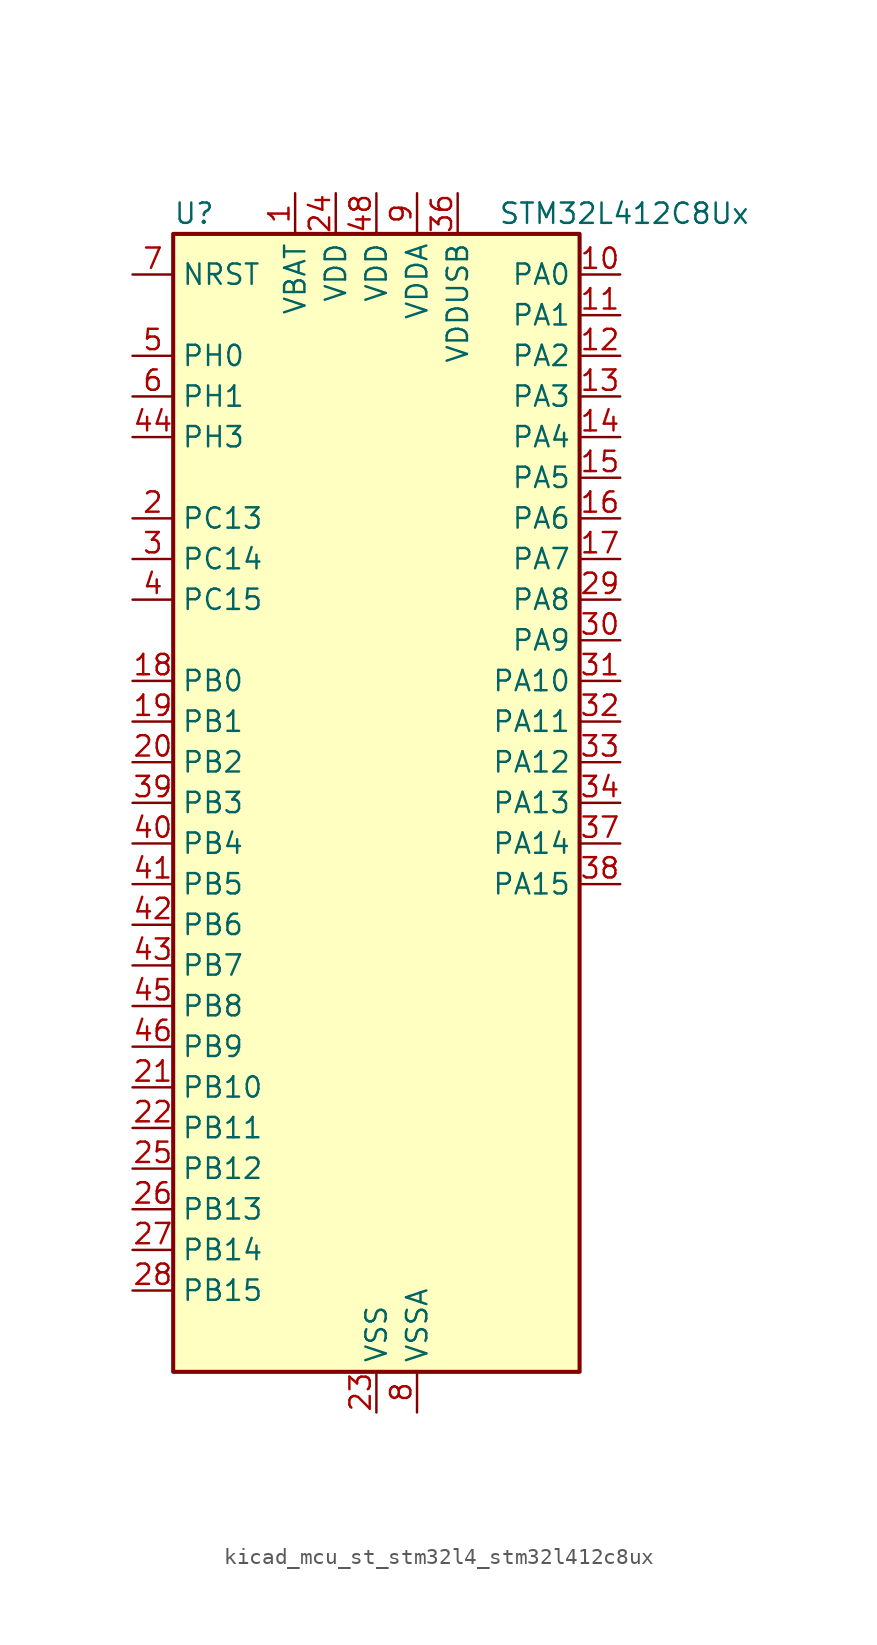
<source format=kicad_sym>
(kicad_symbol_lib
  (version 20220914)
  (generator kicad_symbol_editor)
  (symbol "kicad_mcu_st_stm32l4_stm32l412c8ux"
    (property "Reference" "U"
      (at -12.7 36.83 0)
      (effects (font (size 1.27 1.27)) (justify left)))
    (property "Value" "STM32L412C8Ux"
      (at 7.62 36.83 0)
      (effects (font (size 1.27 1.27)) (justify left)))
    (property "ki_locked" ""
      (at 0 0 0)
      (effects (font (size 1.27 1.27))))
    (symbol "kicad_mcu_st_stm32l4_stm32l412c8ux_0_1"
      (rectangle (start -12.7 -35.56) (end 12.7 35.56) (stroke (width 0.254) (type default)) (fill (type background))))
    (symbol "kicad_mcu_st_stm32l4_stm32l412c8ux_1_1"
      (pin power_in line (at -5.08 38.1 270) (length 2.54) (name "VBAT" (effects (font (size 1.27 1.27)))) (number "1" (effects (font (size 1.27 1.27)))))
      (pin bidirectional line (at 15.24 33.02 180) (length 2.54) (name "PA0" (effects (font (size 1.27 1.27)))) (number "10" (effects (font (size 1.27 1.27)))) (alternate "ADC1_IN5" bidirectional line) (alternate "COMP1_INM" bidirectional line) (alternate "COMP1_OUT" bidirectional line) (alternate "OPAMP1_VINP" bidirectional line) (alternate "RTC_TAMP2" bidirectional line) (alternate "SYS_WKUP1" bidirectional line) (alternate "TIM2_CH1" bidirectional line) (alternate "TIM2_ETR" bidirectional line) (alternate "USART2_CTS" bidirectional line))
      (pin bidirectional line (at 15.24 30.48 180) (length 2.54) (name "PA1" (effects (font (size 1.27 1.27)))) (number "11" (effects (font (size 1.27 1.27)))) (alternate "ADC1_IN6" bidirectional line) (alternate "COMP1_INP" bidirectional line) (alternate "I2C1_SMBA" bidirectional line) (alternate "OPAMP1_VINM" bidirectional line) (alternate "SPI1_SCK" bidirectional line) (alternate "TIM15_CH1N" bidirectional line) (alternate "TIM2_CH2" bidirectional line) (alternate "USART2_DE" bidirectional line) (alternate "USART2_RTS" bidirectional line))
      (pin bidirectional line (at 15.24 27.94 180) (length 2.54) (name "PA2" (effects (font (size 1.27 1.27)))) (number "12" (effects (font (size 1.27 1.27)))) (alternate "ADC1_IN7" bidirectional line) (alternate "ADC2_IN7" bidirectional line) (alternate "LPUART1_TX" bidirectional line) (alternate "QUADSPI_BK1_NCS" bidirectional line) (alternate "RCC_LSCO" bidirectional line) (alternate "SYS_WKUP4" bidirectional line) (alternate "TIM15_CH1" bidirectional line) (alternate "TIM2_CH3" bidirectional line) (alternate "USART2_TX" bidirectional line))
      (pin bidirectional line (at 15.24 25.4 180) (length 2.54) (name "PA3" (effects (font (size 1.27 1.27)))) (number "13" (effects (font (size 1.27 1.27)))) (alternate "ADC1_IN8" bidirectional line) (alternate "ADC2_IN8" bidirectional line) (alternate "LPUART1_RX" bidirectional line) (alternate "OPAMP1_VOUT" bidirectional line) (alternate "QUADSPI_CLK" bidirectional line) (alternate "TIM15_CH2" bidirectional line) (alternate "TIM2_CH4" bidirectional line) (alternate "USART2_RX" bidirectional line))
      (pin bidirectional line (at 15.24 22.86 180) (length 2.54) (name "PA4" (effects (font (size 1.27 1.27)))) (number "14" (effects (font (size 1.27 1.27)))) (alternate "ADC1_IN9" bidirectional line) (alternate "ADC2_IN9" bidirectional line) (alternate "COMP1_INM" bidirectional line) (alternate "LPTIM2_OUT" bidirectional line) (alternate "SPI1_NSS" bidirectional line) (alternate "USART2_CK" bidirectional line))
      (pin bidirectional line (at 15.24 20.32 180) (length 2.54) (name "PA5" (effects (font (size 1.27 1.27)))) (number "15" (effects (font (size 1.27 1.27)))) (alternate "ADC1_IN10" bidirectional line) (alternate "ADC2_IN10" bidirectional line) (alternate "COMP1_INM" bidirectional line) (alternate "LPTIM2_ETR" bidirectional line) (alternate "SPI1_SCK" bidirectional line) (alternate "TIM2_CH1" bidirectional line) (alternate "TIM2_ETR" bidirectional line))
      (pin bidirectional line (at 15.24 17.78 180) (length 2.54) (name "PA6" (effects (font (size 1.27 1.27)))) (number "16" (effects (font (size 1.27 1.27)))) (alternate "ADC1_IN11" bidirectional line) (alternate "ADC2_IN11" bidirectional line) (alternate "COMP1_OUT" bidirectional line) (alternate "LPUART1_CTS" bidirectional line) (alternate "QUADSPI_BK1_IO3" bidirectional line) (alternate "SPI1_MISO" bidirectional line) (alternate "TIM16_CH1" bidirectional line) (alternate "TIM1_BKIN" bidirectional line) (alternate "USART3_CTS" bidirectional line))
      (pin bidirectional line (at 15.24 15.24 180) (length 2.54) (name "PA7" (effects (font (size 1.27 1.27)))) (number "17" (effects (font (size 1.27 1.27)))) (alternate "ADC1_IN12" bidirectional line) (alternate "ADC2_IN12" bidirectional line) (alternate "I2C3_SCL" bidirectional line) (alternate "QUADSPI_BK1_IO2" bidirectional line) (alternate "SPI1_MOSI" bidirectional line) (alternate "TIM1_CH1N" bidirectional line))
      (pin bidirectional line (at -15.24 7.62 0) (length 2.54) (name "PB0" (effects (font (size 1.27 1.27)))) (number "18" (effects (font (size 1.27 1.27)))) (alternate "ADC1_IN15" bidirectional line) (alternate "ADC2_IN15" bidirectional line) (alternate "COMP1_OUT" bidirectional line) (alternate "QUADSPI_BK1_IO1" bidirectional line) (alternate "SPI1_NSS" bidirectional line) (alternate "SYS_TRACED0" bidirectional line) (alternate "TIM1_CH2N" bidirectional line) (alternate "USART3_CK" bidirectional line))
      (pin bidirectional line (at -15.24 5.08 0) (length 2.54) (name "PB1" (effects (font (size 1.27 1.27)))) (number "19" (effects (font (size 1.27 1.27)))) (alternate "ADC1_IN16" bidirectional line) (alternate "ADC2_IN16" bidirectional line) (alternate "COMP1_INM" bidirectional line) (alternate "LPTIM2_IN1" bidirectional line) (alternate "LPUART1_DE" bidirectional line) (alternate "LPUART1_RTS" bidirectional line) (alternate "QUADSPI_BK1_IO0" bidirectional line) (alternate "SYS_TRACED1" bidirectional line) (alternate "TIM1_CH3N" bidirectional line) (alternate "USART3_DE" bidirectional line) (alternate "USART3_RTS" bidirectional line))
      (pin bidirectional line (at -15.24 17.78 0) (length 2.54) (name "PC13" (effects (font (size 1.27 1.27)))) (number "2" (effects (font (size 1.27 1.27)))) (alternate "RTC_OUT_ALARM" bidirectional line) (alternate "RTC_OUT_CALIB" bidirectional line) (alternate "RTC_TAMP1" bidirectional line) (alternate "RTC_TS" bidirectional line) (alternate "SYS_WKUP2" bidirectional line))
      (pin bidirectional line (at -15.24 2.54 0) (length 2.54) (name "PB2" (effects (font (size 1.27 1.27)))) (number "20" (effects (font (size 1.27 1.27)))) (alternate "COMP1_INP" bidirectional line) (alternate "I2C3_SMBA" bidirectional line) (alternate "LPTIM1_OUT" bidirectional line) (alternate "RTC_OUT_ALARM" bidirectional line) (alternate "RTC_OUT_CALIB" bidirectional line))
      (pin bidirectional line (at -15.24 -17.78 0) (length 2.54) (name "PB10" (effects (font (size 1.27 1.27)))) (number "21" (effects (font (size 1.27 1.27)))) (alternate "COMP1_OUT" bidirectional line) (alternate "I2C2_SCL" bidirectional line) (alternate "LPUART1_RX" bidirectional line) (alternate "QUADSPI_CLK" bidirectional line) (alternate "SPI2_SCK" bidirectional line) (alternate "TIM2_CH3" bidirectional line) (alternate "TSC_SYNC" bidirectional line) (alternate "USART3_TX" bidirectional line))
      (pin bidirectional line (at -15.24 -20.32 0) (length 2.54) (name "PB11" (effects (font (size 1.27 1.27)))) (number "22" (effects (font (size 1.27 1.27)))) (alternate "ADC1_EXTI11" bidirectional line) (alternate "ADC2_EXTI11" bidirectional line) (alternate "I2C2_SDA" bidirectional line) (alternate "LPUART1_TX" bidirectional line) (alternate "QUADSPI_BK1_NCS" bidirectional line) (alternate "TIM2_CH4" bidirectional line) (alternate "USART3_RX" bidirectional line))
      (pin power_in line (at 0 -38.1 90) (length 2.54) (name "VSS" (effects (font (size 1.27 1.27)))) (number "23" (effects (font (size 1.27 1.27)))))
      (pin power_in line (at -2.54 38.1 270) (length 2.54) (name "VDD" (effects (font (size 1.27 1.27)))) (number "24" (effects (font (size 1.27 1.27)))))
      (pin bidirectional line (at -15.24 -22.86 0) (length 2.54) (name "PB12" (effects (font (size 1.27 1.27)))) (number "25" (effects (font (size 1.27 1.27)))) (alternate "I2C2_SMBA" bidirectional line) (alternate "LPUART1_DE" bidirectional line) (alternate "LPUART1_RTS" bidirectional line) (alternate "SPI2_NSS" bidirectional line) (alternate "TIM15_BKIN" bidirectional line) (alternate "TIM1_BKIN" bidirectional line) (alternate "TSC_G1_IO1" bidirectional line) (alternate "USART3_CK" bidirectional line))
      (pin bidirectional line (at -15.24 -25.4 0) (length 2.54) (name "PB13" (effects (font (size 1.27 1.27)))) (number "26" (effects (font (size 1.27 1.27)))) (alternate "I2C2_SCL" bidirectional line) (alternate "LPUART1_CTS" bidirectional line) (alternate "SPI2_SCK" bidirectional line) (alternate "TIM15_CH1N" bidirectional line) (alternate "TIM1_CH1N" bidirectional line) (alternate "TSC_G1_IO2" bidirectional line) (alternate "USART3_CTS" bidirectional line))
      (pin bidirectional line (at -15.24 -27.94 0) (length 2.54) (name "PB14" (effects (font (size 1.27 1.27)))) (number "27" (effects (font (size 1.27 1.27)))) (alternate "I2C2_SDA" bidirectional line) (alternate "SPI2_MISO" bidirectional line) (alternate "TIM15_CH1" bidirectional line) (alternate "TIM1_CH2N" bidirectional line) (alternate "TSC_G1_IO3" bidirectional line) (alternate "USART3_DE" bidirectional line) (alternate "USART3_RTS" bidirectional line))
      (pin bidirectional line (at -15.24 -30.48 0) (length 2.54) (name "PB15" (effects (font (size 1.27 1.27)))) (number "28" (effects (font (size 1.27 1.27)))) (alternate "ADC1_EXTI15" bidirectional line) (alternate "ADC2_EXTI15" bidirectional line) (alternate "RTC_REFIN" bidirectional line) (alternate "SPI2_MOSI" bidirectional line) (alternate "TIM15_CH2" bidirectional line) (alternate "TIM1_CH3N" bidirectional line) (alternate "TSC_G1_IO4" bidirectional line))
      (pin bidirectional line (at 15.24 12.7 180) (length 2.54) (name "PA8" (effects (font (size 1.27 1.27)))) (number "29" (effects (font (size 1.27 1.27)))) (alternate "LPTIM2_OUT" bidirectional line) (alternate "RCC_MCO" bidirectional line) (alternate "TIM1_CH1" bidirectional line) (alternate "USART1_CK" bidirectional line))
      (pin bidirectional line (at -15.24 15.24 0) (length 2.54) (name "PC14" (effects (font (size 1.27 1.27)))) (number "3" (effects (font (size 1.27 1.27)))) (alternate "RCC_OSC32_IN" bidirectional line))
      (pin bidirectional line (at 15.24 10.16 180) (length 2.54) (name "PA9" (effects (font (size 1.27 1.27)))) (number "30" (effects (font (size 1.27 1.27)))) (alternate "I2C1_SCL" bidirectional line) (alternate "TIM15_BKIN" bidirectional line) (alternate "TIM1_CH2" bidirectional line) (alternate "USART1_TX" bidirectional line))
      (pin bidirectional line (at 15.24 7.62 180) (length 2.54) (name "PA10" (effects (font (size 1.27 1.27)))) (number "31" (effects (font (size 1.27 1.27)))) (alternate "CRS_SYNC" bidirectional line) (alternate "I2C1_SDA" bidirectional line) (alternate "TIM1_CH3" bidirectional line) (alternate "USART1_RX" bidirectional line))
      (pin bidirectional line (at 15.24 5.08 180) (length 2.54) (name "PA11" (effects (font (size 1.27 1.27)))) (number "32" (effects (font (size 1.27 1.27)))) (alternate "ADC1_EXTI11" bidirectional line) (alternate "ADC2_EXTI11" bidirectional line) (alternate "COMP1_OUT" bidirectional line) (alternate "SPI1_MISO" bidirectional line) (alternate "TIM1_BKIN2" bidirectional line) (alternate "TIM1_BKIN2_COMP1" bidirectional line) (alternate "TIM1_CH4" bidirectional line) (alternate "USART1_CTS" bidirectional line) (alternate "USB_DM" bidirectional line))
      (pin bidirectional line (at 15.24 2.54 180) (length 2.54) (name "PA12" (effects (font (size 1.27 1.27)))) (number "33" (effects (font (size 1.27 1.27)))) (alternate "SPI1_MOSI" bidirectional line) (alternate "TIM1_ETR" bidirectional line) (alternate "USART1_DE" bidirectional line) (alternate "USART1_RTS" bidirectional line) (alternate "USB_DP" bidirectional line))
      (pin bidirectional line (at 15.24 0 180) (length 2.54) (name "PA13" (effects (font (size 1.27 1.27)))) (number "34" (effects (font (size 1.27 1.27)))) (alternate "IR_OUT" bidirectional line) (alternate "SYS_JTMS-SWDIO" bidirectional line) (alternate "USB_NOE" bidirectional line))
      (pin passive line (at 0 -38.1 90) (length 2.54) hide (name "VSS" (effects (font (size 1.27 1.27)))) (number "35" (effects (font (size 1.27 1.27)))))
      (pin power_in line (at 5.08 38.1 270) (length 2.54) (name "VDDUSB" (effects (font (size 1.27 1.27)))) (number "36" (effects (font (size 1.27 1.27)))))
      (pin bidirectional line (at 15.24 -2.54 180) (length 2.54) (name "PA14" (effects (font (size 1.27 1.27)))) (number "37" (effects (font (size 1.27 1.27)))) (alternate "I2C1_SMBA" bidirectional line) (alternate "LPTIM1_OUT" bidirectional line) (alternate "SYS_JTCK-SWCLK" bidirectional line))
      (pin bidirectional line (at 15.24 -5.08 180) (length 2.54) (name "PA15" (effects (font (size 1.27 1.27)))) (number "38" (effects (font (size 1.27 1.27)))) (alternate "ADC1_EXTI15" bidirectional line) (alternate "ADC2_EXTI15" bidirectional line) (alternate "SPI1_NSS" bidirectional line) (alternate "SYS_JTDI" bidirectional line) (alternate "TIM2_CH1" bidirectional line) (alternate "TIM2_ETR" bidirectional line) (alternate "USART2_RX" bidirectional line) (alternate "USART3_DE" bidirectional line) (alternate "USART3_RTS" bidirectional line))
      (pin bidirectional line (at -15.24 0 0) (length 2.54) (name "PB3" (effects (font (size 1.27 1.27)))) (number "39" (effects (font (size 1.27 1.27)))) (alternate "SPI1_SCK" bidirectional line) (alternate "SYS_JTDO-SWO" bidirectional line) (alternate "TIM2_CH2" bidirectional line) (alternate "USART1_DE" bidirectional line) (alternate "USART1_RTS" bidirectional line))
      (pin bidirectional line (at -15.24 12.7 0) (length 2.54) (name "PC15" (effects (font (size 1.27 1.27)))) (number "4" (effects (font (size 1.27 1.27)))) (alternate "ADC1_EXTI15" bidirectional line) (alternate "ADC2_EXTI15" bidirectional line) (alternate "RCC_OSC32_OUT" bidirectional line))
      (pin bidirectional line (at -15.24 -2.54 0) (length 2.54) (name "PB4" (effects (font (size 1.27 1.27)))) (number "40" (effects (font (size 1.27 1.27)))) (alternate "I2C3_SDA" bidirectional line) (alternate "SPI1_MISO" bidirectional line) (alternate "SYS_JTRST" bidirectional line) (alternate "TSC_G2_IO1" bidirectional line) (alternate "USART1_CTS" bidirectional line))
      (pin bidirectional line (at -15.24 -5.08 0) (length 2.54) (name "PB5" (effects (font (size 1.27 1.27)))) (number "41" (effects (font (size 1.27 1.27)))) (alternate "I2C1_SMBA" bidirectional line) (alternate "LPTIM1_IN1" bidirectional line) (alternate "SPI1_MOSI" bidirectional line) (alternate "SYS_TRACED2" bidirectional line) (alternate "TIM16_BKIN" bidirectional line) (alternate "TSC_G2_IO2" bidirectional line) (alternate "USART1_CK" bidirectional line))
      (pin bidirectional line (at -15.24 -7.62 0) (length 2.54) (name "PB6" (effects (font (size 1.27 1.27)))) (number "42" (effects (font (size 1.27 1.27)))) (alternate "I2C1_SCL" bidirectional line) (alternate "LPTIM1_ETR" bidirectional line) (alternate "SYS_TRACED3" bidirectional line) (alternate "TIM16_CH1N" bidirectional line) (alternate "TSC_G2_IO3" bidirectional line) (alternate "USART1_TX" bidirectional line))
      (pin bidirectional line (at -15.24 -10.16 0) (length 2.54) (name "PB7" (effects (font (size 1.27 1.27)))) (number "43" (effects (font (size 1.27 1.27)))) (alternate "I2C1_SDA" bidirectional line) (alternate "LPTIM1_IN2" bidirectional line) (alternate "SYS_PVD_IN" bidirectional line) (alternate "SYS_TRACECLK" bidirectional line) (alternate "TSC_G2_IO4" bidirectional line) (alternate "USART1_RX" bidirectional line))
      (pin bidirectional line (at -15.24 22.86 0) (length 2.54) (name "PH3" (effects (font (size 1.27 1.27)))) (number "44" (effects (font (size 1.27 1.27)))))
      (pin bidirectional line (at -15.24 -12.7 0) (length 2.54) (name "PB8" (effects (font (size 1.27 1.27)))) (number "45" (effects (font (size 1.27 1.27)))) (alternate "I2C1_SCL" bidirectional line) (alternate "TIM16_CH1" bidirectional line))
      (pin bidirectional line (at -15.24 -15.24 0) (length 2.54) (name "PB9" (effects (font (size 1.27 1.27)))) (number "46" (effects (font (size 1.27 1.27)))) (alternate "I2C1_SDA" bidirectional line) (alternate "IR_OUT" bidirectional line) (alternate "SPI2_NSS" bidirectional line))
      (pin passive line (at 0 -38.1 90) (length 2.54) hide (name "VSS" (effects (font (size 1.27 1.27)))) (number "47" (effects (font (size 1.27 1.27)))))
      (pin power_in line (at 0 38.1 270) (length 2.54) (name "VDD" (effects (font (size 1.27 1.27)))) (number "48" (effects (font (size 1.27 1.27)))))
      (pin passive line (at 0 -38.1 90) (length 2.54) hide (name "VSS" (effects (font (size 1.27 1.27)))) (number "49" (effects (font (size 1.27 1.27)))))
      (pin bidirectional line (at -15.24 27.94 0) (length 2.54) (name "PH0" (effects (font (size 1.27 1.27)))) (number "5" (effects (font (size 1.27 1.27)))) (alternate "RCC_OSC_IN" bidirectional line))
      (pin bidirectional line (at -15.24 25.4 0) (length 2.54) (name "PH1" (effects (font (size 1.27 1.27)))) (number "6" (effects (font (size 1.27 1.27)))) (alternate "RCC_OSC_OUT" bidirectional line))
      (pin input line (at -15.24 33.02 0) (length 2.54) (name "NRST" (effects (font (size 1.27 1.27)))) (number "7" (effects (font (size 1.27 1.27)))))
      (pin power_in line (at 2.54 -38.1 90) (length 2.54) (name "VSSA" (effects (font (size 1.27 1.27)))) (number "8" (effects (font (size 1.27 1.27)))))
      (pin power_in line (at 2.54 38.1 270) (length 2.54) (name "VDDA" (effects (font (size 1.27 1.27)))) (number "9" (effects (font (size 1.27 1.27))))))))
</source>
